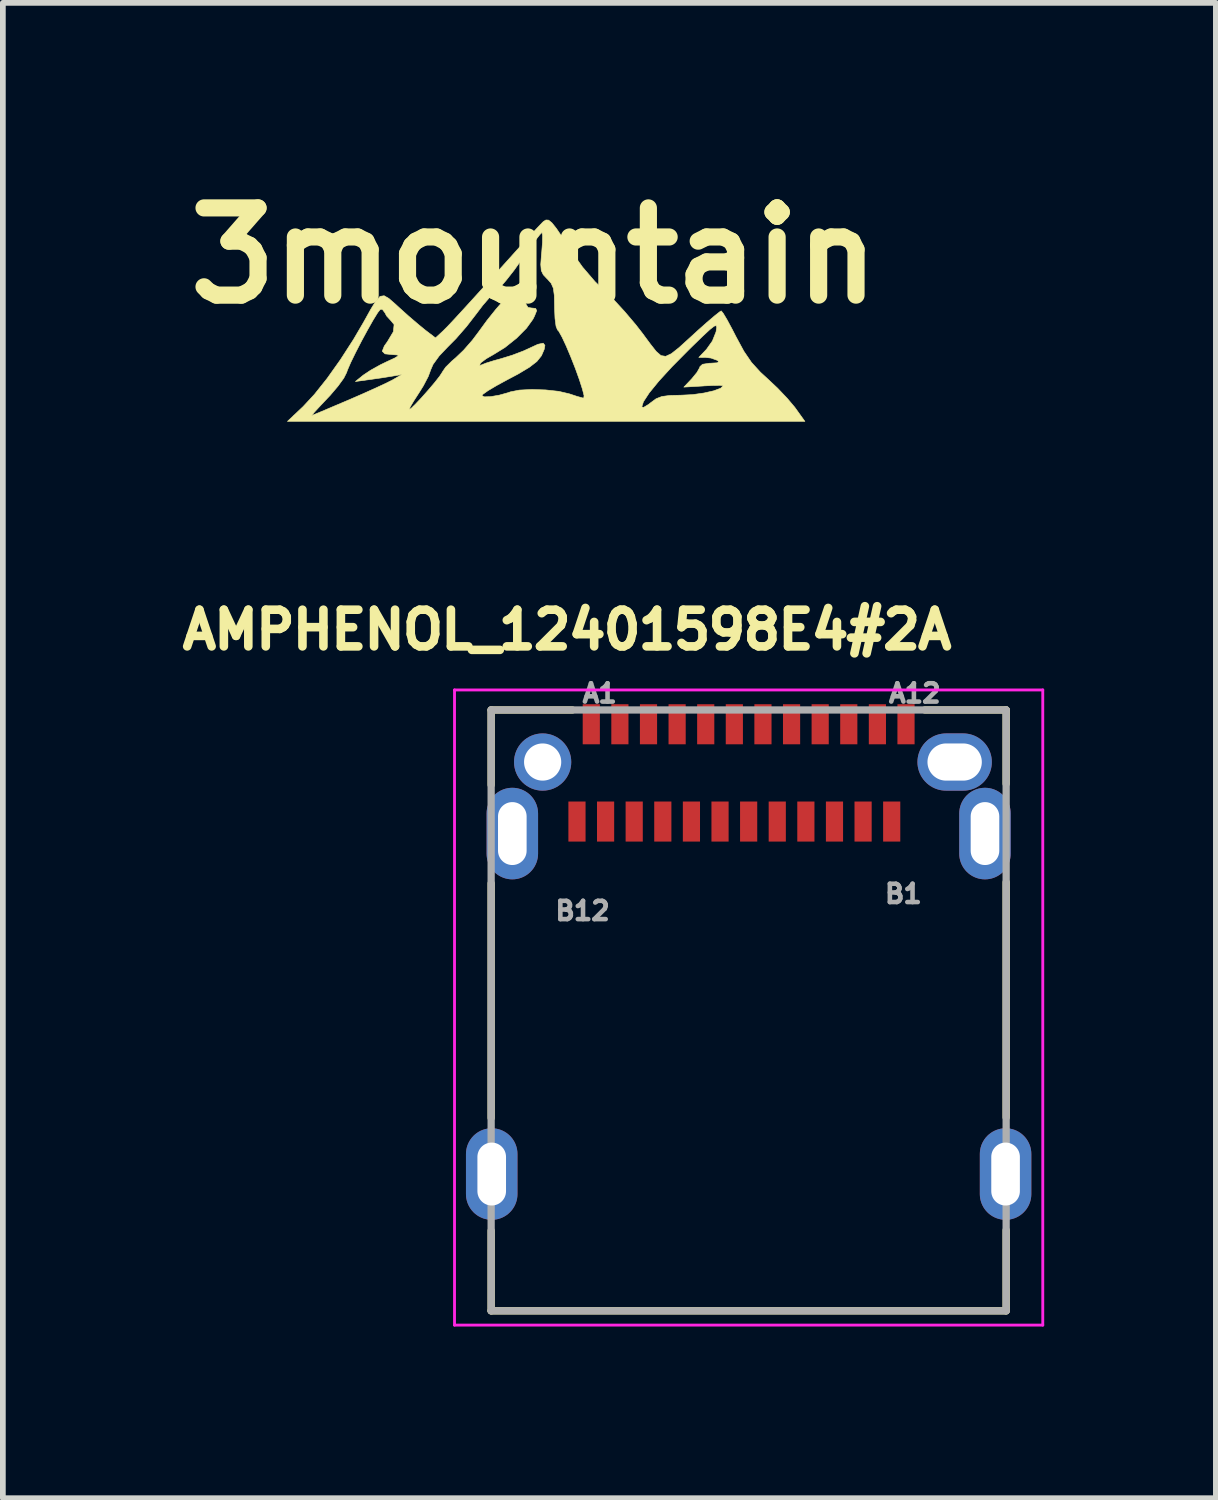
<source format=kicad_pcb>
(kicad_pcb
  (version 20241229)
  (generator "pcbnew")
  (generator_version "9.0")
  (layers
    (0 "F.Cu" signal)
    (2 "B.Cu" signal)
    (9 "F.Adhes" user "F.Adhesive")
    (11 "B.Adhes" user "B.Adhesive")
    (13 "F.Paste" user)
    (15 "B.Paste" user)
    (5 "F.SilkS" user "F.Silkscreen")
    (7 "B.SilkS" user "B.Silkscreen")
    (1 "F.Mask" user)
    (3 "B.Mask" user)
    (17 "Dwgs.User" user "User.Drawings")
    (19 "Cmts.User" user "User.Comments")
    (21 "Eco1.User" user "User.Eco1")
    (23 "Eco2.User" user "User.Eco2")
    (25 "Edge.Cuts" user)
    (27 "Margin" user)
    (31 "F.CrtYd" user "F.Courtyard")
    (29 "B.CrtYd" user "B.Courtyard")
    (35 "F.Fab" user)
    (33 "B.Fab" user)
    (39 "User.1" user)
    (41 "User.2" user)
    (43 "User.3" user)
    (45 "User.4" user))
  (footprint "3mountain"
    (layer "F.Cu")
    (at 6.285 1.418)
    (property "Reference" "3mountain" (at 0 0 0) (layer "F.SilkS") (effects (font (size 1.524 1.524) (thickness 0.3))))
    (attr through_hole)
    (fp_poly (pts (xy 0.252 -0.621) (xy 0.309 -0.575) (xy 0.388 -0.476) (xy 0.498 -0.313) (xy 0.651 -0.074) (xy 0.653 -0.071) (xy 0.845 0.199) (xy 1.062 0.452) (xy 1.224 0.61) (xy 1.388 0.767) (xy 1.581 0.977) (xy 1.775 1.206) (xy 1.89 1.354) (xy 2.029 1.542) (xy 2.132 1.673) (xy 2.216 1.746) (xy 2.298 1.759) (xy 2.397 1.713) (xy 2.531 1.607) (xy 2.716 1.439) (xy 2.859 1.308) (xy 3.021 1.164) (xy 3.155 1.05) (xy 3.244 0.98) (xy 3.269 0.965) (xy 3.304 1.008) (xy 3.372 1.122) (xy 3.462 1.289) (xy 3.527 1.416) (xy 3.665 1.671) (xy 3.798 1.866) (xy 3.954 2.037) (xy 4.075 2.148) (xy 4.253 2.315) (xy 4.423 2.494) (xy 4.553 2.648) (xy 4.564 2.663) (xy 4.731 2.896) (xy -4.312 2.896) (xy -4.204 2.794) (xy -3.89 2.794) (xy -3.842 2.775) (xy -3.718 2.724) (xy -3.626 2.685) (xy -2.183 2.685) (xy -2.153 2.671) (xy -2.124 2.643) (xy 1.88 2.643) (xy 1.913 2.651) (xy 1.996 2.601) (xy 2.036 2.57) (xy 2.131 2.5) (xy 2.231 2.461) (xy 2.367 2.443) (xy 2.571 2.438) (xy 2.77 2.428) (xy 2.968 2.4) (xy 3.14 2.361) (xy 3.26 2.316) (xy 3.302 2.273) (xy 3.256 2.267) (xy 3.134 2.268) (xy 2.963 2.276) (xy 2.959 2.277) (xy 2.616 2.297) (xy 2.756 2.149) (xy 2.845 2.04) (xy 2.893 1.955) (xy 2.896 1.94) (xy 2.942 1.898) (xy 3.064 1.879) (xy 3.086 1.879) (xy 3.202 1.872) (xy 3.225 1.85) (xy 3.2 1.829) (xy 3.09 1.789) (xy 3 1.779) (xy 2.877 1.778) (xy 3.012 1.636) (xy 3.114 1.492) (xy 3.178 1.332) (xy 3.18 1.319) (xy 3.19 1.253) (xy 3.181 1.222) (xy 3.145 1.232) (xy 3.071 1.29) (xy 2.948 1.404) (xy 2.767 1.58) (xy 2.695 1.651) (xy 2.41 1.939) (xy 2.18 2.19) (xy 2.011 2.397) (xy 1.909 2.553) (xy 1.88 2.643) (xy -2.124 2.643) (xy -2.077 2.597) (xy -1.971 2.485) (xy -1.853 2.352) (xy -1.741 2.22) (xy -1.652 2.107) (xy -1.604 2.034) (xy -1.601 2.027) (xy -1.547 1.949) (xy -1.44 1.843) (xy -1.371 1.784) (xy -1.233 1.652) (xy -1.08 1.477) (xy -0.971 1.332) (xy -0.828 1.136) (xy -0.673 0.942) (xy -0.519 0.764) (xy -0.381 0.617) (xy -0.271 0.519) (xy -0.205 0.483) (xy -0.199 0.485) (xy -0.169 0.55) (xy -0.153 0.675) (xy -0.152 0.714) (xy -0.144 0.846) (xy -0.108 0.904) (xy -0.051 0.914) (xy 0.026 0.922) (xy 0.044 0.961) (xy 0.006 1.055) (xy -0.022 1.111) (xy -0.135 1.268) (xy -0.308 1.442) (xy -0.512 1.605) (xy -0.705 1.724) (xy -0.837 1.8) (xy -0.928 1.868) (xy -0.944 1.887) (xy -0.951 1.922) (xy -0.923 1.91) (xy -0.844 1.878) (xy -0.703 1.834) (xy -0.583 1.801) (xy -0.382 1.739) (xy -0.185 1.664) (xy -0.102 1.626) (xy 0.064 1.549) (xy 0.158 1.529) (xy 0.188 1.568) (xy 0.175 1.638) (xy 0.127 1.749) (xy 0.047 1.849) (xy -0.084 1.95) (xy -0.279 2.067) (xy -0.468 2.167) (xy -0.657 2.27) (xy -0.807 2.359) (xy -0.897 2.423) (xy -0.914 2.446) (xy -0.871 2.467) (xy -0.759 2.463) (xy -0.609 2.437) (xy -0.451 2.393) (xy -0.416 2.38) (xy -0.26 2.349) (xy -0.042 2.338) (xy 0.2 2.346) (xy 0.43 2.371) (xy 0.609 2.413) (xy 0.61 2.413) (xy 0.749 2.459) (xy 0.847 2.486) (xy 0.866 2.489) (xy 0.872 2.446) (xy 0.843 2.332) (xy 0.79 2.167) (xy 0.72 1.972) (xy 0.64 1.769) (xy 0.56 1.579) (xy 0.487 1.423) (xy 0.43 1.321) (xy 0.407 1.296) (xy 0.382 1.233) (xy 0.364 1.096) (xy 0.356 0.915) (xy 0.356 0.895) (xy 0.352 0.696) (xy 0.335 0.569) (xy 0.297 0.483) (xy 0.231 0.408) (xy 0.227 0.405) (xy 0.159 0.333) (xy 0.124 0.26) (xy 0.115 0.154) (xy 0.127 -0.015) (xy 0.132 -0.062) (xy 0.145 -0.233) (xy 0.146 -0.357) (xy 0.137 -0.406) (xy 0.136 -0.406) (xy 0.098 -0.367) (xy 0.015 -0.26) (xy -0.098 -0.103) (xy -0.21 0.056) (xy -0.353 0.257) (xy -0.493 0.435) (xy -0.609 0.568) (xy -0.668 0.623) (xy -0.769 0.718) (xy -0.897 0.866) (xy -1.026 1.036) (xy -1.027 1.037) (xy -1.183 1.239) (xy -1.367 1.45) (xy -1.508 1.592) (xy -1.66 1.752) (xy -1.767 1.9) (xy -1.805 1.987) (xy -1.851 2.111) (xy -1.937 2.275) (xy -2.011 2.394) (xy -2.102 2.535) (xy -2.165 2.641) (xy -2.183 2.685) (xy -3.626 2.685) (xy -3.535 2.646) (xy -3.311 2.551) (xy -3.247 2.524) (xy -2.999 2.416) (xy -2.772 2.314) (xy -2.589 2.229) (xy -2.474 2.171) (xy -2.464 2.165) (xy -2.311 2.077) (xy -2.489 2.107) (xy -2.657 2.134) (xy -2.852 2.162) (xy -2.896 2.168) (xy -3.124 2.199) (xy -2.987 2.088) (xy -2.861 2.004) (xy -2.689 1.908) (xy -2.58 1.855) (xy -2.436 1.788) (xy -2.375 1.75) (xy -2.391 1.735) (xy -2.468 1.73) (xy -2.607 1.716) (xy -2.655 1.67) (xy -2.619 1.579) (xy -2.563 1.5) (xy -2.461 1.329) (xy -2.448 1.203) (xy -2.506 1.133) (xy -2.58 1.052) (xy -2.607 1) (xy -2.654 0.937) (xy -2.688 0.937) (xy -2.734 0.995) (xy -2.813 1.123) (xy -2.911 1.296) (xy -3.018 1.493) (xy -3.12 1.691) (xy -3.206 1.867) (xy -3.263 1.999) (xy -3.278 2.043) (xy -3.327 2.14) (xy -3.43 2.282) (xy -3.566 2.442) (xy -3.606 2.484) (xy -3.739 2.625) (xy -3.838 2.732) (xy -3.887 2.789) (xy -3.89 2.794) (xy -4.204 2.794) (xy -4.037 2.636) (xy -3.841 2.425) (xy -3.618 2.145) (xy -3.385 1.817) (xy -3.158 1.465) (xy -2.984 1.168) (xy -2.856 0.938) (xy -2.765 0.788) (xy -2.692 0.711) (xy -2.622 0.7) (xy -2.539 0.748) (xy -2.424 0.848) (xy -2.36 0.907) (xy -2.192 1.058) (xy -2.027 1.199) (xy -1.9 1.303) (xy -1.896 1.306) (xy -1.724 1.437) (xy -1.592 1.315) (xy -1.52 1.243) (xy -1.392 1.107) (xy -1.221 0.921) (xy -1.017 0.697) (xy -0.792 0.448) (xy -0.687 0.33) (xy -0.461 0.079) (xy -0.255 -0.15) (xy -0.078 -0.343) (xy 0.058 -0.49) (xy 0.142 -0.578) (xy 0.162 -0.597) (xy 0.206 -0.624) (xy 0.252 -0.621)) (stroke (width 0.01) (type solid)) (fill yes) (layer "F.SilkS")))
  (footprint "AMPHENOL_12401598E4#2A"
    (layer "F.Cu")
    (at 10.033 10.267)
    (property "Reference" "AMPHENOL_12401598E4#2A" (at -3.173 -2.31 0) (layer "F.SilkS") (effects (font (size 0.641 0.641) (thickness 0.15))))
    (attr through_hole)
    (fp_line (start -4.5 -0.91) (end -4.5 0.4) (stroke (width 0.127) (type solid)) (layer "F.SilkS"))
    (fp_line (start -4.5 2.12) (end -4.5 6.22) (stroke (width 0.127) (type solid)) (layer "F.SilkS"))
    (fp_line (start -4.5 8.19) (end -4.5 9.59) (stroke (width 0.127) (type solid)) (layer "F.SilkS"))
    (fp_line (start -4.5 9.59) (end 4.5 9.59) (stroke (width 0.127) (type solid)) (layer "F.SilkS"))
    (fp_line (start -3.08 -0.91) (end -4.5 -0.91) (stroke (width 0.127) (type solid)) (layer "F.SilkS"))
    (fp_line (start 4.5 -0.91) (end 3.08 -0.91) (stroke (width 0.127) (type solid)) (layer "F.SilkS"))
    (fp_line (start 4.5 0.38) (end 4.5 -0.91) (stroke (width 0.127) (type solid)) (layer "F.SilkS"))
    (fp_line (start 4.5 6.21) (end 4.5 2.1) (stroke (width 0.127) (type solid)) (layer "F.SilkS"))
    (fp_line (start 4.5 9.59) (end 4.5 8.18) (stroke (width 0.127) (type solid)) (layer "F.SilkS"))
    (fp_line (start -5.14 -1.26) (end 5.14 -1.26) (stroke (width 0.05) (type solid)) (layer "F.CrtYd"))
    (fp_line (start -5.14 9.84) (end -5.14 -1.26) (stroke (width 0.05) (type solid)) (layer "F.CrtYd"))
    (fp_line (start 5.14 -1.26) (end 5.14 9.84) (stroke (width 0.05) (type solid)) (layer "F.CrtYd"))
    (fp_line (start 5.14 9.84) (end -5.14 9.84) (stroke (width 0.05) (type solid)) (layer "F.CrtYd"))
    (fp_line (start -4.5 -0.91) (end 4.5 -0.91) (stroke (width 0.127) (type solid)) (layer "F.Fab"))
    (fp_line (start -4.5 9.59) (end -4.5 -0.91) (stroke (width 0.127) (type solid)) (layer "F.Fab"))
    (fp_line (start 4.5 -0.91) (end 4.5 9.59) (stroke (width 0.127) (type solid)) (layer "F.Fab"))
    (fp_line (start 4.5 9.59) (end -4.5 9.59) (stroke (width 0.127) (type solid)) (layer "F.Fab"))
    (fp_text user "B12" (at -2.902 2.601 0) (layer "F.Fab") (effects (font (size 0.32 0.32) (thickness 0.15))))
    (fp_text user "A1" (at -2.603 -1.201 0) (layer "F.Fab") (effects (font (size 0.32 0.32) (thickness 0.15))))
    (fp_text user "A12" (at 2.903 -1.201 0) (layer "F.Fab") (effects (font (size 0.32 0.32) (thickness 0.15))))
    (fp_text user "B1" (at 2.704 2.303 0) (layer "F.Fab") (effects (font (size 0.32 0.32) (thickness 0.15))))
    (pad "A1" smd rect (at -2.75 -0.66) (size 0.3 0.7) (layers "F.Cu" "F.Mask" "F.Paste"))
    (pad "A2" smd rect (at -2.25 -0.66) (size 0.3 0.7) (layers "F.Cu" "F.Mask" "F.Paste"))
    (pad "A3" smd rect (at -1.75 -0.66) (size 0.3 0.7) (layers "F.Cu" "F.Mask" "F.Paste"))
    (pad "A4" smd rect (at -1.25 -0.66) (size 0.3 0.7) (layers "F.Cu" "F.Mask" "F.Paste"))
    (pad "A5" smd rect (at -0.75 -0.66) (size 0.3 0.7) (layers "F.Cu" "F.Mask" "F.Paste"))
    (pad "A6" smd rect (at -0.25 -0.66) (size 0.3 0.7) (layers "F.Cu" "F.Mask" "F.Paste"))
    (pad "A7" smd rect (at 0.25 -0.66) (size 0.3 0.7) (layers "F.Cu" "F.Mask" "F.Paste"))
    (pad "A8" smd rect (at 0.75 -0.66) (size 0.3 0.7) (layers "F.Cu" "F.Mask" "F.Paste"))
    (pad "A9" smd rect (at 1.25 -0.66) (size 0.3 0.7) (layers "F.Cu" "F.Mask" "F.Paste"))
    (pad "A10" smd rect (at 1.75 -0.66) (size 0.3 0.7) (layers "F.Cu" "F.Mask" "F.Paste"))
    (pad "A11" smd rect (at 2.25 -0.66) (size 0.3 0.7) (layers "F.Cu" "F.Mask" "F.Paste"))
    (pad "A12" smd rect (at 2.75 -0.66) (size 0.3 0.7) (layers "F.Cu" "F.Mask" "F.Paste"))
    (pad "B1" smd rect (at 2.5 1.04) (size 0.3 0.7) (layers "F.Cu" "F.Mask" "F.Paste"))
    (pad "B2" smd rect (at 2 1.04) (size 0.3 0.7) (layers "F.Cu" "F.Mask" "F.Paste"))
    (pad "B3" smd rect (at 1.5 1.04) (size 0.3 0.7) (layers "F.Cu" "F.Mask" "F.Paste"))
    (pad "B4" smd rect (at 1 1.04) (size 0.3 0.7) (layers "F.Cu" "F.Mask" "F.Paste"))
    (pad "B5" smd rect (at 0.5 1.04) (size 0.3 0.7) (layers "F.Cu" "F.Mask" "F.Paste"))
    (pad "B6" smd rect (at 0 1.04) (size 0.3 0.7) (layers "F.Cu" "F.Mask" "F.Paste"))
    (pad "B7" smd rect (at -0.5 1.04) (size 0.3 0.7) (layers "F.Cu" "F.Mask" "F.Paste"))
    (pad "B8" smd rect (at -1 1.04) (size 0.3 0.7) (layers "F.Cu" "F.Mask" "F.Paste"))
    (pad "B9" smd rect (at -1.5 1.04) (size 0.3 0.7) (layers "F.Cu" "F.Mask" "F.Paste"))
    (pad "B10" smd rect (at -2 1.04) (size 0.3 0.7) (layers "F.Cu" "F.Mask" "F.Paste"))
    (pad "B11" smd rect (at -2.5 1.04) (size 0.3 0.7) (layers "F.Cu" "F.Mask" "F.Paste"))
    (pad "B12" smd rect (at -3 1.04) (size 0.3 0.7) (layers "F.Cu" "F.Mask" "F.Paste"))
    (pad "S1" thru_hole oval (at -4.49 7.2) (size 0.9 1.6) (drill oval 0.5 1.1) (layers "*.Cu" "*.Mask"))
    (pad "S1" thru_hole oval (at -4.13 1.25) (size 0.9 1.6) (drill oval 0.5 1.1) (layers "*.Cu" "*.Mask"))
    (pad "S1" thru_hole circle (at -3.6 0 90) (size 1 1) (drill 0.65) (layers "*.Cu" "*.Mask"))
    (pad "S1" thru_hole oval (at 3.6 0 90) (size 1 1.3) (drill oval 0.65 0.95) (layers "*.Cu" "*.Mask"))
    (pad "S1" thru_hole oval (at 4.13 1.25) (size 0.9 1.6) (drill oval 0.5 1.1) (layers "*.Cu" "*.Mask"))
    (pad "S1" thru_hole oval (at 4.49 7.2) (size 0.9 1.6) (drill oval 0.5 1.1) (layers "*.Cu" "*.Mask")))
  (gr_rect
    (start -3 -3)
    (end 18.198 23.132)
    (stroke (width 0.1) (type default))
    (fill no)
    (layer "Edge.Cuts")))
</source>
